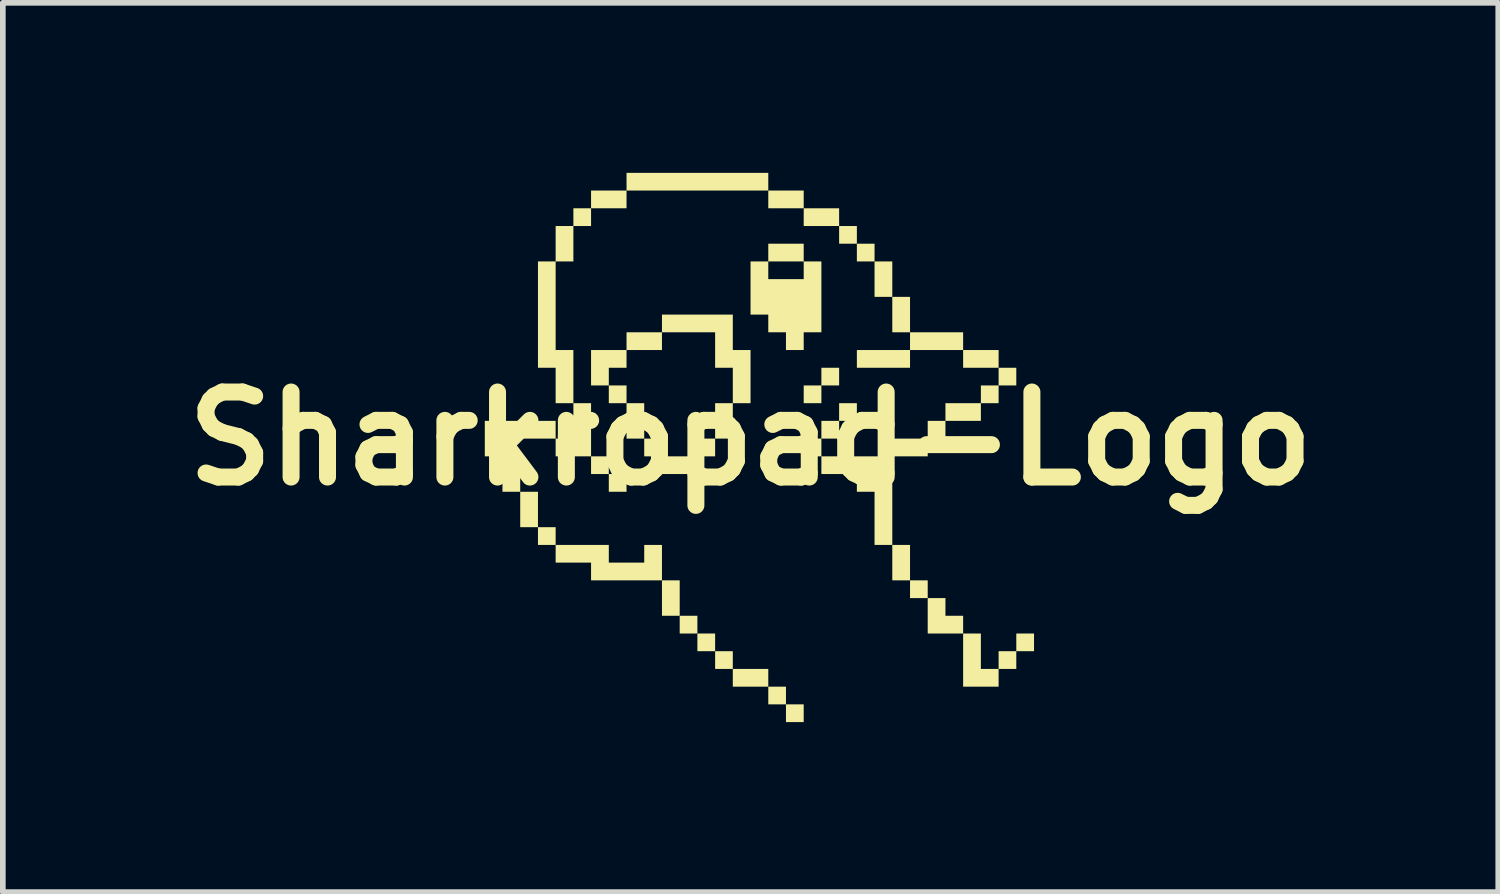
<source format=kicad_pcb>
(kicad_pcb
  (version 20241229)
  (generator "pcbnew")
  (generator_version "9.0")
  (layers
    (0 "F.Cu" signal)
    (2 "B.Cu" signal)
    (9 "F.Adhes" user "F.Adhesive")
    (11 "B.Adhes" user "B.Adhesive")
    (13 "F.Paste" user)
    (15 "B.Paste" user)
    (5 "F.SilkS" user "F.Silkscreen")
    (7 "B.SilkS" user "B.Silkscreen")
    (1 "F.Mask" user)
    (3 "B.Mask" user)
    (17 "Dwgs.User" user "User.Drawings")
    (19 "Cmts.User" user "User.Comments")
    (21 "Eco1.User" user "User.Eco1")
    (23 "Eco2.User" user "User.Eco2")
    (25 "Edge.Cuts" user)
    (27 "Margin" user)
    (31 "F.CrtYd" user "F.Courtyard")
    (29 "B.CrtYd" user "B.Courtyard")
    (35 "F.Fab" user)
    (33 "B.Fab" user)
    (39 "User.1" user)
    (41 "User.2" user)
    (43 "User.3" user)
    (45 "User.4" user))
  (footprint "Sharkropad-Logo"
    (layer "F.Cu")
    (at 10.193 4.689)
    (property "Reference" "Sharkropad-Logo" (at 0 0 0) (layer "F.SilkS") (effects (font (size 1.5 1.5) (thickness 0.3))))
    (attr board_only exclude_from_pos_files exclude_from_bom)
    (fp_poly (pts (xy -4.064 0.625) (xy -4.064 0.938) (xy -4.22 0.938) (xy -4.377 0.938) (xy -4.377 0.625) (xy -4.377 0.313) (xy -4.22 0.313) (xy -4.064 0.313)) (stroke (width 0) (type solid)) (fill yes) (layer "F.SilkS"))
    (fp_poly (pts (xy -3.751 1.25) (xy -3.751 1.563) (xy -3.908 1.563) (xy -4.064 1.563) (xy -4.064 1.25) (xy -4.064 0.938) (xy -3.908 0.938) (xy -3.751 0.938)) (stroke (width 0) (type solid)) (fill yes) (layer "F.SilkS"))
    (fp_poly (pts (xy -3.439 1.719) (xy -3.439 1.876) (xy -3.595 1.876) (xy -3.751 1.876) (xy -3.751 1.719) (xy -3.751 1.563) (xy -3.595 1.563) (xy -3.439 1.563)) (stroke (width 0) (type solid)) (fill yes) (layer "F.SilkS"))
    (fp_poly (pts (xy -2.501 0.469) (xy -2.501 0.625) (xy -2.657 0.625) (xy -2.814 0.625) (xy -2.814 0.469) (xy -2.814 0.313) (xy -2.657 0.313) (xy -2.501 0.313)) (stroke (width 0) (type solid)) (fill yes) (layer "F.SilkS"))
    (fp_poly (pts (xy -2.188 -0.782) (xy -2.188 -0.625) (xy -2.345 -0.625) (xy -2.501 -0.625) (xy -2.501 -0.782) (xy -2.501 -0.938) (xy -2.345 -0.938) (xy -2.188 -0.938)) (stroke (width 0) (type solid)) (fill yes) (layer "F.SilkS"))
    (fp_poly (pts (xy -2.188 0.782) (xy -2.188 0.938) (xy -2.345 0.938) (xy -2.501 0.938) (xy -2.501 0.782) (xy -2.501 0.625) (xy -2.345 0.625) (xy -2.188 0.625)) (stroke (width 0) (type solid)) (fill yes) (layer "F.SilkS"))
    (fp_poly (pts (xy -1.876 -0.313) (xy -1.876 0) (xy -2.032 0) (xy -2.188 0) (xy -2.188 -0.313) (xy -2.188 -0.625) (xy -2.032 -0.625) (xy -1.876 -0.625)) (stroke (width 0) (type solid)) (fill yes) (layer "F.SilkS"))
    (fp_poly (pts (xy -1.25 2.814) (xy -1.25 3.126) (xy -1.407 3.126) (xy -1.563 3.126) (xy -1.563 2.814) (xy -1.563 2.501) (xy -1.407 2.501) (xy -1.25 2.501)) (stroke (width 0) (type solid)) (fill yes) (layer "F.SilkS"))
    (fp_poly (pts (xy -0.938 3.282) (xy -0.938 3.439) (xy -1.094 3.439) (xy -1.25 3.439) (xy -1.25 3.282) (xy -1.25 3.126) (xy -1.094 3.126) (xy -0.938 3.126)) (stroke (width 0) (type solid)) (fill yes) (layer "F.SilkS"))
    (fp_poly (pts (xy -0.625 3.595) (xy -0.625 3.751) (xy -0.782 3.751) (xy -0.938 3.751) (xy -0.938 3.595) (xy -0.938 3.439) (xy -0.782 3.439) (xy -0.625 3.439)) (stroke (width 0) (type solid)) (fill yes) (layer "F.SilkS"))
    (fp_poly (pts (xy -0.313 3.908) (xy -0.313 4.064) (xy -0.469 4.064) (xy -0.625 4.064) (xy -0.625 3.908) (xy -0.625 3.751) (xy -0.469 3.751) (xy -0.313 3.751)) (stroke (width 0) (type solid)) (fill yes) (layer "F.SilkS"))
    (fp_poly (pts (xy 0.313 4.22) (xy 0.313 4.377) (xy 0 4.377) (xy -0.313 4.377) (xy -0.313 4.22) (xy -0.313 4.064) (xy 0 4.064) (xy 0.313 4.064)) (stroke (width 0) (type solid)) (fill yes) (layer "F.SilkS"))
    (fp_poly (pts (xy 0.625 4.533) (xy 0.625 4.689) (xy 0.469 4.689) (xy 0.313 4.689) (xy 0.313 4.533) (xy 0.313 4.377) (xy 0.469 4.377) (xy 0.625 4.377)) (stroke (width 0) (type solid)) (fill yes) (layer "F.SilkS"))
    (fp_poly (pts (xy 0.938 -4.22) (xy 0.938 -4.064) (xy 0.625 -4.064) (xy 0.313 -4.064) (xy 0.313 -4.22) (xy 0.313 -4.377) (xy 0.625 -4.377) (xy 0.938 -4.377)) (stroke (width 0) (type solid)) (fill yes) (layer "F.SilkS"))
    (fp_poly (pts (xy 0.938 4.846) (xy 0.938 5.002) (xy 0.782 5.002) (xy 0.625 5.002) (xy 0.625 4.846) (xy 0.625 4.689) (xy 0.782 4.689) (xy 0.938 4.689)) (stroke (width 0) (type solid)) (fill yes) (layer "F.SilkS"))
    (fp_poly (pts (xy 1.563 -3.908) (xy 1.563 -3.751) (xy 1.25 -3.751) (xy 0.938 -3.751) (xy 0.938 -3.908) (xy 0.938 -4.064) (xy 1.25 -4.064) (xy 1.563 -4.064)) (stroke (width 0) (type solid)) (fill yes) (layer "F.SilkS"))
    (fp_poly (pts (xy 1.876 -3.595) (xy 1.876 -3.439) (xy 1.719 -3.439) (xy 1.563 -3.439) (xy 1.563 -3.595) (xy 1.563 -3.751) (xy 1.719 -3.751) (xy 1.876 -3.751)) (stroke (width 0) (type solid)) (fill yes) (layer "F.SilkS"))
    (fp_poly (pts (xy 2.188 -3.282) (xy 2.188 -3.126) (xy 2.032 -3.126) (xy 1.876 -3.126) (xy 1.876 -3.282) (xy 1.876 -3.439) (xy 2.032 -3.439) (xy 2.188 -3.439)) (stroke (width 0) (type solid)) (fill yes) (layer "F.SilkS"))
    (fp_poly (pts (xy 2.501 -2.814) (xy 2.501 -2.501) (xy 2.345 -2.501) (xy 2.188 -2.501) (xy 2.188 -2.814) (xy 2.188 -3.126) (xy 2.345 -3.126) (xy 2.501 -3.126)) (stroke (width 0) (type solid)) (fill yes) (layer "F.SilkS"))
    (fp_poly (pts (xy 2.814 -2.188) (xy 2.814 -1.876) (xy 2.657 -1.876) (xy 2.501 -1.876) (xy 2.501 -2.188) (xy 2.501 -2.501) (xy 2.657 -2.501) (xy 2.814 -2.501)) (stroke (width 0) (type solid)) (fill yes) (layer "F.SilkS"))
    (fp_poly (pts (xy 2.814 2.188) (xy 2.814 2.501) (xy 2.657 2.501) (xy 2.501 2.501) (xy 2.501 2.188) (xy 2.501 1.876) (xy 2.657 1.876) (xy 2.814 1.876)) (stroke (width 0) (type solid)) (fill yes) (layer "F.SilkS"))
    (fp_poly (pts (xy 3.126 2.657) (xy 3.126 2.814) (xy 2.97 2.814) (xy 2.814 2.814) (xy 2.814 2.657) (xy 2.814 2.501) (xy 2.97 2.501) (xy 3.126 2.501)) (stroke (width 0) (type solid)) (fill yes) (layer "F.SilkS"))
    (fp_poly (pts (xy 4.377 -1.407) (xy 4.377 -1.25) (xy 4.064 -1.25) (xy 3.751 -1.25) (xy 3.751 -1.407) (xy 3.751 -1.563) (xy 4.064 -1.563) (xy 4.377 -1.563)) (stroke (width 0) (type solid)) (fill yes) (layer "F.SilkS"))
    (fp_poly (pts (xy 3.439 2.97) (xy 3.439 3.126) (xy 3.595 3.126) (xy 3.751 3.126) (xy 3.751 3.282) (xy 3.751 3.439) (xy 3.439 3.439) (xy 3.126 3.439) (xy 3.126 3.126) (xy 3.126 2.814) (xy 3.282 2.814) (xy 3.439 2.814)) (stroke (width 0) (type solid)) (fill yes) (layer "F.SilkS"))
    (fp_poly (pts (xy 1.563 -1.094) (xy 1.563 -0.938) (xy 1.407 -0.938) (xy 1.25 -0.938) (xy 1.25 -0.782) (xy 1.25 -0.625) (xy 1.094 -0.625) (xy 0.938 -0.625) (xy 0.938 -0.782) (xy 0.938 -0.938) (xy 1.094 -0.938) (xy 1.25 -0.938) (xy 1.25 -1.094) (xy 1.25 -1.25) (xy 1.407 -1.25) (xy 1.563 -1.25)) (stroke (width 0) (type solid)) (fill yes) (layer "F.SilkS"))
    (fp_poly (pts (xy 3.751 -1.719) (xy 3.751 -1.563) (xy 3.282 -1.563) (xy 2.814 -1.563) (xy 2.814 -1.407) (xy 2.814 -1.25) (xy 2.345 -1.25) (xy 1.876 -1.25) (xy 1.876 -1.407) (xy 1.876 -1.563) (xy 2.345 -1.563) (xy 2.814 -1.563) (xy 2.814 -1.719) (xy 2.814 -1.876) (xy 3.282 -1.876) (xy 3.751 -1.876)) (stroke (width 0) (type solid)) (fill yes) (layer "F.SilkS"))
    (fp_poly (pts (xy -2.501 2.032) (xy -2.501 2.188) (xy -2.188 2.188) (xy -1.876 2.188) (xy -1.876 2.032) (xy -1.876 1.876) (xy -1.719 1.876) (xy -1.563 1.876) (xy -1.563 2.188) (xy -1.563 2.501) (xy -2.188 2.501) (xy -2.814 2.501) (xy -2.814 2.345) (xy -2.814 2.188) (xy -3.126 2.188) (xy -3.439 2.188) (xy -3.439 2.032) (xy -3.439 1.876) (xy -2.97 1.876) (xy -2.501 1.876)) (stroke (width 0) (type solid)) (fill yes) (layer "F.SilkS"))
    (fp_poly (pts (xy -2.814 -0.156) (xy -2.814 0.313) (xy -3.126 0.313) (xy -3.439 0.313) (xy -3.439 0.156) (xy -3.439 0) (xy -3.908 0) (xy -4.377 0) (xy -4.377 0.156) (xy -4.377 0.313) (xy -4.533 0.313) (xy -4.689 0.313) (xy -4.689 0) (xy -4.689 -0.313) (xy -4.064 -0.313) (xy -3.439 -0.313) (xy -3.439 -0.156) (xy -3.439 0) (xy -3.282 0) (xy -3.126 0) (xy -3.126 -0.313) (xy -3.126 -0.625) (xy -2.97 -0.625) (xy -2.814 -0.625)) (stroke (width 0) (type solid)) (fill yes) (layer "F.SilkS"))
    (fp_poly (pts (xy 4.064 3.751) (xy 4.064 4.064) (xy 4.22 4.064) (xy 4.377 4.064) (xy 4.377 3.908) (xy 4.377 3.751) (xy 4.533 3.751) (xy 4.689 3.751) (xy 4.689 3.595) (xy 4.689 3.439) (xy 4.846 3.439) (xy 5.002 3.439) (xy 5.002 3.595) (xy 5.002 3.751) (xy 4.846 3.751) (xy 4.689 3.751) (xy 4.689 3.908) (xy 4.689 4.064) (xy 4.533 4.064) (xy 4.377 4.064) (xy 4.377 4.22) (xy 4.377 4.377) (xy 4.064 4.377) (xy 3.751 4.377) (xy 3.751 3.908) (xy 3.751 3.439) (xy 3.908 3.439) (xy 4.064 3.439)) (stroke (width 0) (type solid)) (fill yes) (layer "F.SilkS"))
    (fp_poly (pts (xy 0.938 -3.282) (xy 0.938 -3.126) (xy 0.625 -3.126) (xy 0.313 -3.126) (xy 0.313 -2.97) (xy 0.313 -2.814) (xy 0.625 -2.814) (xy 0.938 -2.814) (xy 0.938 -2.97) (xy 0.938 -3.126) (xy 1.094 -3.126) (xy 1.25 -3.126) (xy 1.25 -2.501) (xy 1.25 -1.876) (xy 1.094 -1.876) (xy 0.938 -1.876) (xy 0.938 -1.719) (xy 0.938 -1.563) (xy 0.782 -1.563) (xy 0.625 -1.563) (xy 0.625 -1.719) (xy 0.625 -1.876) (xy 0.469 -1.876) (xy 0.313 -1.876) (xy 0.313 -2.032) (xy 0.313 -2.188) (xy 0.156 -2.188) (xy 0 -2.188) (xy 0 -2.657) (xy 0 -3.126) (xy 0.156 -3.126) (xy 0.313 -3.126) (xy 0.313 -3.282) (xy 0.313 -3.439) (xy 0.625 -3.439) (xy 0.938 -3.439)) (stroke (width 0) (type solid)) (fill yes) (layer "F.SilkS"))
    (fp_poly (pts (xy 0.313 -4.533) (xy 0.313 -4.377) (xy -0.938 -4.377) (xy -2.188 -4.377) (xy -2.188 -4.22) (xy -2.188 -4.064) (xy -2.501 -4.064) (xy -2.814 -4.064) (xy -2.814 -3.908) (xy -2.814 -3.751) (xy -2.97 -3.751) (xy -3.126 -3.751) (xy -3.126 -3.439) (xy -3.126 -3.126) (xy -3.282 -3.126) (xy -3.439 -3.126) (xy -3.439 -2.345) (xy -3.439 -1.563) (xy -3.282 -1.563) (xy -3.126 -1.563) (xy -3.126 -1.094) (xy -3.126 -0.625) (xy -3.282 -0.625) (xy -3.439 -0.625) (xy -3.439 -0.938) (xy -3.439 -1.25) (xy -3.595 -1.25) (xy -3.751 -1.25) (xy -3.751 -2.188) (xy -3.751 -3.126) (xy -3.595 -3.126) (xy -3.439 -3.126) (xy -3.439 -3.439) (xy -3.439 -3.751) (xy -3.282 -3.751) (xy -3.126 -3.751) (xy -3.126 -3.908) (xy -3.126 -4.064) (xy -2.97 -4.064) (xy -2.814 -4.064) (xy -2.814 -4.22) (xy -2.814 -4.377) (xy -2.501 -4.377) (xy -2.188 -4.377) (xy -2.188 -4.533) (xy -2.188 -4.689) (xy -0.938 -4.689) (xy 0.313 -4.689)) (stroke (width 0) (type solid)) (fill yes) (layer "F.SilkS"))
    (fp_poly (pts (xy -0.313 -1.876) (xy -0.313 -1.563) (xy -0.156 -1.563) (xy 0 -1.563) (xy 0 -1.094) (xy 0 -0.625) (xy -0.156 -0.625) (xy -0.313 -0.625) (xy -0.313 -0.313) (xy -0.313 0) (xy -0.469 0) (xy -0.625 0) (xy -0.625 0.156) (xy -0.625 0.313) (xy -0.782 0.313) (xy -0.938 0.313) (xy -0.938 0.469) (xy -0.938 0.625) (xy -1.25 0.625) (xy -1.563 0.625) (xy -1.563 0.469) (xy -1.563 0.313) (xy -1.719 0.313) (xy -1.876 0.313) (xy -1.876 0.156) (xy -1.876 0) (xy -1.719 0) (xy -1.563 0) (xy -1.563 0.156) (xy -1.563 0.313) (xy -1.25 0.313) (xy -0.938 0.313) (xy -0.938 0.156) (xy -0.938 0) (xy -0.782 0) (xy -0.625 0) (xy -0.625 -0.313) (xy -0.625 -0.625) (xy -0.469 -0.625) (xy -0.313 -0.625) (xy -0.313 -0.938) (xy -0.313 -1.25) (xy -0.469 -1.25) (xy -0.625 -1.25) (xy -0.625 -1.563) (xy -0.625 -1.876) (xy -1.094 -1.876) (xy -1.563 -1.876) (xy -1.563 -1.719) (xy -1.563 -1.563) (xy -1.876 -1.563) (xy -2.188 -1.563) (xy -2.188 -1.407) (xy -2.188 -1.25) (xy -2.345 -1.25) (xy -2.501 -1.25) (xy -2.501 -1.094) (xy -2.501 -0.938) (xy -2.657 -0.938) (xy -2.814 -0.938) (xy -2.814 -1.25) (xy -2.814 -1.563) (xy -2.501 -1.563) (xy -2.188 -1.563) (xy -2.188 -1.719) (xy -2.188 -1.876) (xy -1.876 -1.876) (xy -1.563 -1.876) (xy -1.563 -2.032) (xy -1.563 -2.188) (xy -0.938 -2.188) (xy -0.313 -2.188)) (stroke (width 0) (type solid)) (fill yes) (layer "F.SilkS"))
    (fp_poly (pts (xy 4.689 -1.094) (xy 4.689 -0.938) (xy 4.533 -0.938) (xy 4.377 -0.938) (xy 4.377 -0.782) (xy 4.377 -0.625) (xy 4.22 -0.625) (xy 4.064 -0.625) (xy 4.064 -0.469) (xy 4.064 -0.313) (xy 3.751 -0.313) (xy 3.439 -0.313) (xy 3.439 -0.156) (xy 3.439 0) (xy 3.282 0) (xy 3.126 0) (xy 3.126 0.156) (xy 3.126 0.313) (xy 2.814 0.313) (xy 2.501 0.313) (xy 2.501 1.094) (xy 2.501 1.876) (xy 2.345 1.876) (xy 2.188 1.876) (xy 2.188 1.407) (xy 2.188 0.938) (xy 2.032 0.938) (xy 1.876 0.938) (xy 1.876 0.782) (xy 1.876 0.625) (xy 1.563 0.625) (xy 1.25 0.625) (xy 1.25 0.469) (xy 1.25 0.313) (xy 1.094 0.313) (xy 0.938 0.313) (xy 0.938 0.156) (xy 0.938 0) (xy 1.094 0) (xy 1.25 0) (xy 1.25 -0.156) (xy 1.25 -0.313) (xy 1.407 -0.313) (xy 1.563 -0.313) (xy 1.563 -0.469) (xy 1.563 -0.625) (xy 1.719 -0.625) (xy 1.876 -0.625) (xy 1.876 -0.469) (xy 1.876 -0.313) (xy 1.719 -0.313) (xy 1.563 -0.313) (xy 1.563 -0.156) (xy 1.563 0) (xy 1.407 0) (xy 1.25 0) (xy 1.25 0.156) (xy 1.25 0.313) (xy 1.876 0.313) (xy 2.501 0.313) (xy 2.501 0.156) (xy 2.501 0) (xy 2.814 0) (xy 3.126 0) (xy 3.126 -0.156) (xy 3.126 -0.313) (xy 3.282 -0.313) (xy 3.439 -0.313) (xy 3.439 -0.469) (xy 3.439 -0.625) (xy 3.751 -0.625) (xy 4.064 -0.625) (xy 4.064 -0.782) (xy 4.064 -0.938) (xy 4.22 -0.938) (xy 4.377 -0.938) (xy 4.377 -1.094) (xy 4.377 -1.25) (xy 4.533 -1.25) (xy 4.689 -1.25)) (stroke (width 0) (type solid)) (fill yes) (layer "F.SilkS")))
  (gr_rect
    (start -3 -3)
    (end 23.386 12.691)
    (stroke (width 0.1) (type default))
    (fill no)
    (layer "Edge.Cuts")))
</source>
